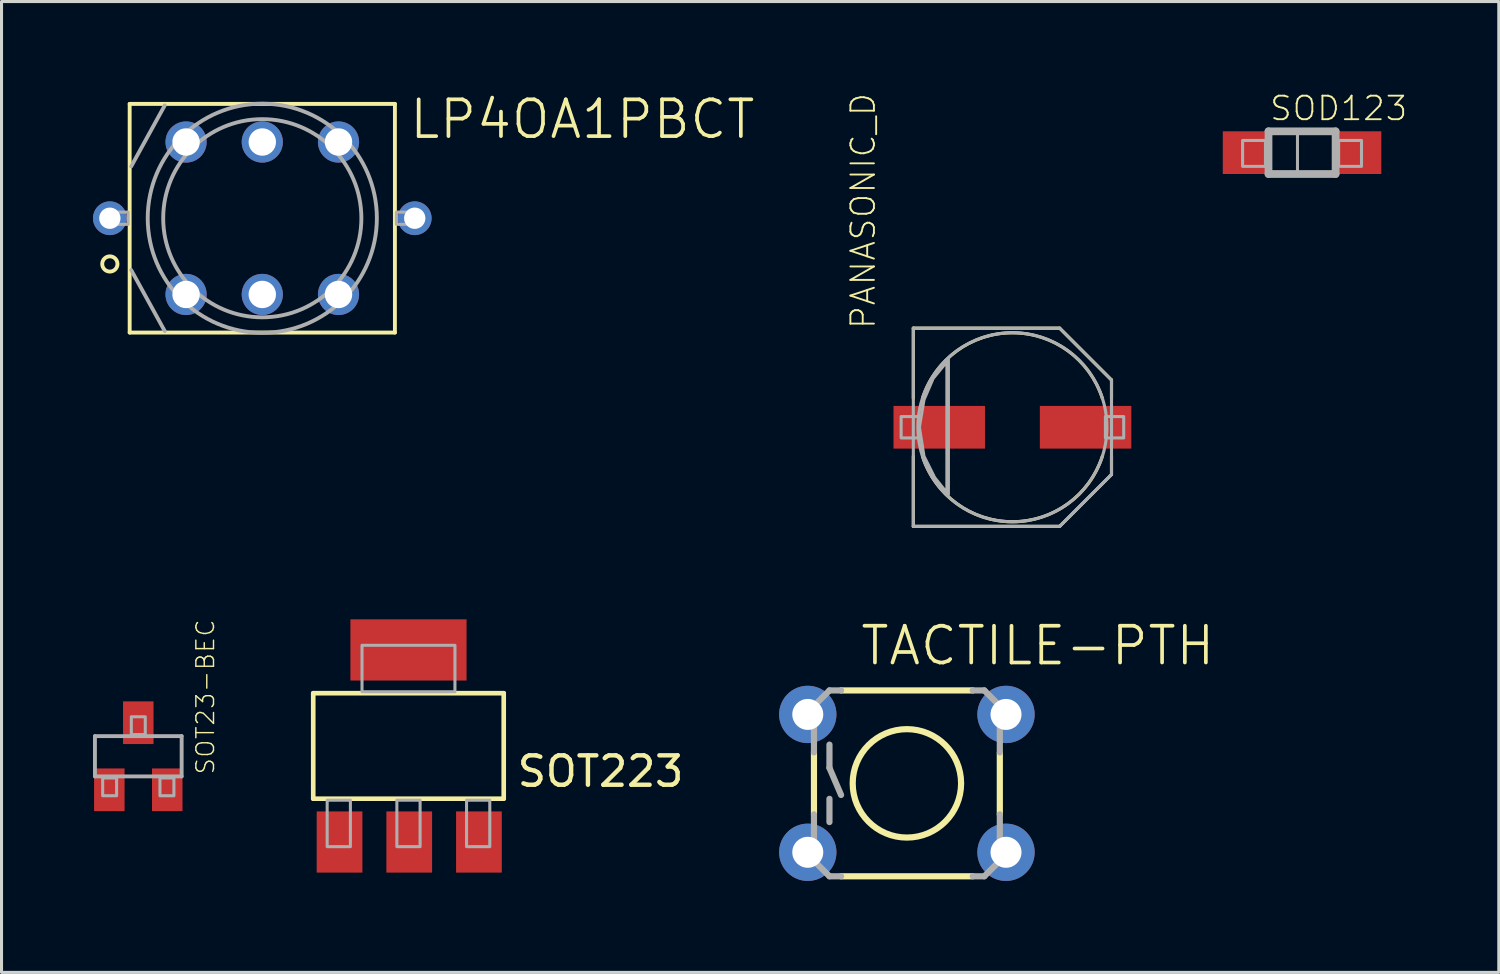
<source format=kicad_pcb>
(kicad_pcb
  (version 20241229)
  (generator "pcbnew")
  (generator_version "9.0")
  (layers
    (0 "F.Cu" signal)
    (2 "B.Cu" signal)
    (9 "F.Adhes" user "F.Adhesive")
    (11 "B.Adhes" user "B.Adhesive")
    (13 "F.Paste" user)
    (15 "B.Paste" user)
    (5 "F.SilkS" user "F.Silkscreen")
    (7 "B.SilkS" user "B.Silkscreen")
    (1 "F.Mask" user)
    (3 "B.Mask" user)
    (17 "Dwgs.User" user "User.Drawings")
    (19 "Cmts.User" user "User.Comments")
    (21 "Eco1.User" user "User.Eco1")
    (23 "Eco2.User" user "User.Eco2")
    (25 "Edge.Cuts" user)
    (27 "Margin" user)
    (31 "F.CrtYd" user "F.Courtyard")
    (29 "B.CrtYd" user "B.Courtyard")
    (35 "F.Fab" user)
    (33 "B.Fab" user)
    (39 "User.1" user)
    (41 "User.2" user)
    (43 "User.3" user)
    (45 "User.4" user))
  (footprint "SOT23-BEC"
    (layer "F.Cu")
    (at 1.486 21.755)
    (property "Reference" "SOT23-BEC" (at 2.54 0.635 90) (layer "F.SilkS") (effects (font (size 0.579 0.579) (thickness 0.046)) (justify left bottom)))
    (attr through_hole)
    (fp_line (start -1.422 -0.66) (end 1.422 -0.66) (stroke (width 0.127) (type solid)) (layer "F.Fab"))
    (fp_line (start -1.422 0.66) (end -1.422 -0.66) (stroke (width 0.127) (type solid)) (layer "F.Fab"))
    (fp_line (start 1.422 -0.66) (end 1.422 0.66) (stroke (width 0.127) (type solid)) (layer "F.Fab"))
    (fp_line (start 1.422 0.66) (end -1.422 0.66) (stroke (width 0.127) (type solid)) (layer "F.Fab"))
    (fp_poly (pts (xy -1.168 1.295) (xy -0.711 1.295) (xy -0.711 0.711) (xy -1.168 0.711)) (stroke (width 0.1) (type solid)) (fill no) (layer "F.Fab"))
    (fp_poly (pts (xy -0.229 -0.711) (xy 0.229 -0.711) (xy 0.229 -1.295) (xy -0.229 -1.295)) (stroke (width 0.1) (type solid)) (fill no) (layer "F.Fab"))
    (fp_poly (pts (xy 0.711 1.295) (xy 1.168 1.295) (xy 1.168 0.711) (xy 0.711 0.711)) (stroke (width 0.1) (type solid)) (fill no) (layer "F.Fab"))
    (pad "B" smd rect (at -0.95 1.1) (size 1 1.4) (layers "F.Cu" "F.Mask" "F.Paste"))
    (pad "C" smd rect (at 0 -1.1) (size 1 1.4) (layers "F.Cu" "F.Mask" "F.Paste"))
    (pad "E" smd rect (at 0.95 1.1) (size 1 1.4) (layers "F.Cu" "F.Mask" "F.Paste")))
  (footprint "TACTILE-PTH"
    (layer "F.Cu")
    (at 26.696 22.644)
    (property "Reference" "TACTILE-PTH" (at -1.587 -3.81 0) (layer "F.SilkS") (effects (font (size 1.206 1.206) (thickness 0.121)) (justify left bottom)))
    (attr through_hole)
    (fp_line (start -3.048 -1.028) (end -3.048 1.016) (stroke (width 0.203) (type solid)) (layer "F.SilkS"))
    (fp_line (start -2.159 3.048) (end 2.159 3.048) (stroke (width 0.203) (type solid)) (layer "F.SilkS"))
    (fp_line (start 2.159 -3.048) (end -2.159 -3.048) (stroke (width 0.203) (type solid)) (layer "F.SilkS"))
    (fp_line (start 3.048 -0.998) (end 3.048 1.016) (stroke (width 0.203) (type solid)) (layer "F.SilkS"))
    (fp_circle (center 0 0) (end 1.778 0) (stroke (width 0.203) (type solid)) (fill no) (layer "F.SilkS"))
    (fp_line (start -3.048 -2.54) (end -3.048 -1.016) (stroke (width 0.203) (type solid)) (layer "F.Fab"))
    (fp_line (start -3.048 2.54) (end -3.048 1.016) (stroke (width 0.203) (type solid)) (layer "F.Fab"))
    (fp_line (start -2.54 -3.048) (end -3.048 -2.54) (stroke (width 0.203) (type solid)) (layer "F.Fab"))
    (fp_line (start -2.54 -3.048) (end -2.159 -3.048) (stroke (width 0.203) (type solid)) (layer "F.Fab"))
    (fp_line (start -2.54 -1.27) (end -2.54 -0.508) (stroke (width 0.203) (type solid)) (layer "F.Fab"))
    (fp_line (start -2.54 -0.508) (end -2.159 0.381) (stroke (width 0.203) (type solid)) (layer "F.Fab"))
    (fp_line (start -2.54 0.508) (end -2.54 1.27) (stroke (width 0.203) (type solid)) (layer "F.Fab"))
    (fp_line (start -2.54 3.048) (end -3.048 2.54) (stroke (width 0.203) (type solid)) (layer "F.Fab"))
    (fp_line (start -2.54 3.048) (end -2.159 3.048) (stroke (width 0.203) (type solid)) (layer "F.Fab"))
    (fp_line (start 2.54 -3.048) (end 2.159 -3.048) (stroke (width 0.203) (type solid)) (layer "F.Fab"))
    (fp_line (start 2.54 3.048) (end 2.159 3.048) (stroke (width 0.203) (type solid)) (layer "F.Fab"))
    (fp_line (start 2.54 3.048) (end 3.048 2.54) (stroke (width 0.203) (type solid)) (layer "F.Fab"))
    (fp_line (start 3.048 -2.54) (end 2.54 -3.048) (stroke (width 0.203) (type solid)) (layer "F.Fab"))
    (fp_line (start 3.048 -1.016) (end 3.048 -2.54) (stroke (width 0.203) (type solid)) (layer "F.Fab"))
    (fp_line (start 3.048 2.54) (end 3.048 1.016) (stroke (width 0.203) (type solid)) (layer "F.Fab"))
    (pad "1" thru_hole circle (at -3.251 -2.261) (size 1.88 1.88) (drill 1.016) (layers "*.Cu" "*.Mask"))
    (pad "2" thru_hole circle (at 3.251 -2.261) (size 1.88 1.88) (drill 1.016) (layers "*.Cu" "*.Mask"))
    (pad "3" thru_hole circle (at -3.251 2.261) (size 1.88 1.88) (drill 1.016) (layers "*.Cu" "*.Mask"))
    (pad "4" thru_hole circle (at 3.251 2.261) (size 1.88 1.88) (drill 1.016) (layers "*.Cu" "*.Mask")))
  (footprint "LP4OA1PBCT"
    (layer "F.Cu")
    (at 5.553 4.108)
    (property "Reference" "LP4OA1PBCT" (at 4.763 -2.54 0) (layer "F.SilkS") (effects (font (size 1.206 1.206) (thickness 0.121)) (justify left bottom)))
    (attr through_hole)
    (fp_line (start -4.35 -3.75) (end 4.35 -3.75) (stroke (width 0.127) (type solid)) (layer "F.SilkS"))
    (fp_line (start -4.35 3.75) (end -4.35 -3.75) (stroke (width 0.127) (type solid)) (layer "F.SilkS"))
    (fp_line (start -4.35 3.75) (end 4.35 3.75) (stroke (width 0.127) (type solid)) (layer "F.SilkS"))
    (fp_line (start 4.35 3.75) (end 4.35 -3.75) (stroke (width 0.127) (type solid)) (layer "F.SilkS"))
    (fp_circle (center -5 1.5) (end -4.75 1.5) (stroke (width 0.127) (type solid)) (fill no) (layer "F.SilkS"))
    (fp_line (start -4.3 1.7) (end -3.2 3.7) (stroke (width 0.127) (type solid)) (layer "F.Fab"))
    (fp_line (start -3.2 -3.7) (end -4.3 -1.7) (stroke (width 0.127) (type solid)) (layer "F.Fab"))
    (fp_circle (center 0 0) (end 3.25 0) (stroke (width 0.127) (type solid)) (fill no) (layer "F.Fab"))
    (fp_circle (center 0 0) (end 3.758 0) (stroke (width 0.127) (type solid)) (fill no) (layer "F.Fab"))
    (fp_poly (pts (xy -5 0.2) (xy -4.4 0.2) (xy -4.4 -0.2) (xy -5 -0.2)) (stroke (width 0.1) (type solid)) (fill no) (layer "F.Fab"))
    (fp_poly (pts (xy 4.4 0.2) (xy 5 0.2) (xy 5 -0.2) (xy 4.4 -0.2)) (stroke (width 0.1) (type solid)) (fill no) (layer "F.Fab"))
    (pad "L1" thru_hole circle (at 5 0) (size 1.106 1.106) (drill 0.7) (layers "*.Cu" "*.Mask"))
    (pad "L2" thru_hole circle (at -5 0) (size 1.106 1.106) (drill 0.7) (layers "*.Cu" "*.Mask"))
    (pad "P1" thru_hole circle (at 2.5 -2.5) (size 1.35 1.35) (drill 0.9) (layers "*.Cu" "*.Mask"))
    (pad "P2" thru_hole circle (at 0 -2.5) (size 1.35 1.35) (drill 0.9) (layers "*.Cu" "*.Mask"))
    (pad "P3" thru_hole circle (at -2.5 -2.5) (size 1.35 1.35) (drill 0.9) (layers "*.Cu" "*.Mask"))
    (pad "P4" thru_hole circle (at 2.5 2.5) (size 1.35 1.35) (drill 0.9) (layers "*.Cu" "*.Mask"))
    (pad "P5" thru_hole circle (at 0 2.5) (size 1.35 1.35) (drill 0.9) (layers "*.Cu" "*.Mask"))
    (pad "P6" thru_hole circle (at -2.5 2.5) (size 1.35 1.35) (drill 0.9) (layers "*.Cu" "*.Mask")))
  (footprint "SOT223"
    (layer "F.Cu")
    (at 10.348 21.418)
    (property "Reference" "SOT223" (at 3.493 1.397 0) (layer "F.SilkS") (effects (font (size 0.965 0.965) (thickness 0.145)) (justify left bottom)))
    (attr through_hole)
    (fp_line (start -3.124 -1.731) (end -3.124 1.729) (stroke (width 0.152) (type solid)) (layer "F.SilkS"))
    (fp_line (start -3.124 -1.731) (end 3.124 -1.731) (stroke (width 0.152) (type solid)) (layer "F.SilkS"))
    (fp_line (start 3.124 1.729) (end -3.124 1.729) (stroke (width 0.152) (type solid)) (layer "F.SilkS"))
    (fp_line (start 3.124 1.729) (end 3.124 -1.731) (stroke (width 0.152) (type solid)) (layer "F.SilkS"))
    (fp_poly (pts (xy -2.667 3.302) (xy -1.905 3.302) (xy -1.905 1.778) (xy -2.667 1.778)) (stroke (width 0.1) (type solid)) (fill no) (layer "F.Fab"))
    (fp_poly (pts (xy -1.524 -1.778) (xy 1.524 -1.778) (xy 1.524 -3.302) (xy -1.524 -3.302)) (stroke (width 0.1) (type solid)) (fill no) (layer "F.Fab"))
    (fp_poly (pts (xy -0.381 3.302) (xy 0.381 3.302) (xy 0.381 1.778) (xy -0.381 1.778)) (stroke (width 0.1) (type solid)) (fill no) (layer "F.Fab"))
    (fp_poly (pts (xy 1.905 3.302) (xy 2.667 3.302) (xy 2.667 1.778) (xy 1.905 1.778)) (stroke (width 0.1) (type solid)) (fill no) (layer "F.Fab"))
    (pad "1" smd rect (at -2.261 3.15) (size 1.499 2.007) (layers "F.Cu" "F.Mask" "F.Paste"))
    (pad "2" smd rect (at 0.025 3.15) (size 1.499 2.007) (layers "F.Cu" "F.Mask" "F.Paste"))
    (pad "3" smd rect (at 2.311 3.15) (size 1.499 2.007) (layers "F.Cu" "F.Mask" "F.Paste"))
    (pad "4" smd rect (at 0 -3.15) (size 3.81 2.007) (layers "F.Cu" "F.Mask" "F.Paste")))
  (footprint "SOD123"
    (layer "F.Cu")
    (at 39.657 1.957)
    (property "Reference" "SOD123" (at -1.1 -1 0) (layer "F.SilkS") (effects (font (size 0.772 0.772) (thickness 0.062)) (justify left bottom)))
    (attr through_hole)
    (fp_line (start -1.1 -0.7) (end 1.1 -0.7) (stroke (width 0.254) (type solid)) (layer "F.Fab"))
    (fp_line (start -1.1 0.7) (end -1.1 -0.7) (stroke (width 0.254) (type solid)) (layer "F.Fab"))
    (fp_line (start 1.1 -0.7) (end 1.1 0.7) (stroke (width 0.254) (type solid)) (layer "F.Fab"))
    (fp_line (start 1.1 0.7) (end -1.1 0.7) (stroke (width 0.254) (type solid)) (layer "F.Fab"))
    (fp_poly (pts (xy -1.95 0.45) (xy -1.2 0.45) (xy -1.2 -0.4) (xy -1.95 -0.4)) (stroke (width 0.1) (type solid)) (fill no) (layer "F.Fab"))
    (fp_poly (pts (xy -1.05 0.65) (xy -0.15 0.65) (xy -0.15 -0.7) (xy -1.05 -0.7)) (stroke (width 0.1) (type solid)) (fill no) (layer "F.Fab"))
    (fp_poly (pts (xy 1.2 0.45) (xy 1.95 0.45) (xy 1.95 -0.4) (xy 1.2 -0.4)) (stroke (width 0.1) (type solid)) (fill no) (layer "F.Fab"))
    (pad "A" smd rect (at 1.9 0) (size 1.4 1.4) (layers "F.Cu" "F.Mask" "F.Paste"))
    (pad "C" smd rect (at -1.9 0) (size 1.4 1.4) (layers "F.Cu" "F.Mask" "F.Paste")))
  (footprint "PANASONIC_D"
    (layer "F.Cu")
    (at 30.157 10.964)
    (property "Reference" "PANASONIC_D" (at -4.445 -3.175 270) (layer "F.SilkS") (effects (font (size 0.772 0.772) (thickness 0.062)) (justify left bottom)))
    (attr through_hole)
    (fp_line (start -3.25 -3.25) (end 1.55 -3.25) (stroke (width 0.102) (type solid)) (layer "F.SilkS"))
    (fp_line (start -3.25 -0.95) (end -3.25 -3.25) (stroke (width 0.102) (type solid)) (layer "F.SilkS"))
    (fp_line (start -3.25 3.25) (end -3.25 0.95) (stroke (width 0.102) (type solid)) (layer "F.SilkS"))
    (fp_line (start 1.55 -3.25) (end 3.25 -1.55) (stroke (width 0.102) (type solid)) (layer "F.SilkS"))
    (fp_line (start 1.55 3.25) (end -3.25 3.25) (stroke (width 0.102) (type solid)) (layer "F.SilkS"))
    (fp_line (start 3.25 -1.55) (end 3.25 -0.95) (stroke (width 0.102) (type solid)) (layer "F.SilkS"))
    (fp_line (start 3.25 0.95) (end 3.25 1.55) (stroke (width 0.102) (type solid)) (layer "F.SilkS"))
    (fp_line (start 3.25 1.55) (end 1.55 3.25) (stroke (width 0.102) (type solid)) (layer "F.SilkS"))
    (fp_arc (start -2.95 -0.95) (mid 0 -3.099193) (end 2.95 -0.95) (stroke (width 0.1016) (type solid)) (layer "F.SilkS"))
    (fp_arc (start 2.95 0.95) (mid 0 3.099193) (end -2.95 0.95) (stroke (width 0.1016) (type solid)) (layer "F.SilkS"))
    (fp_line (start -3.25 -3.25) (end 1.55 -3.25) (stroke (width 0.102) (type solid)) (layer "F.Fab"))
    (fp_line (start -3.25 3.25) (end -3.25 -3.25) (stroke (width 0.102) (type solid)) (layer "F.Fab"))
    (fp_line (start -2.1 -2.25) (end -2.1 2.2) (stroke (width 0.102) (type solid)) (layer "F.Fab"))
    (fp_line (start 1.55 -3.25) (end 3.25 -1.55) (stroke (width 0.102) (type solid)) (layer "F.Fab"))
    (fp_line (start 1.55 3.25) (end -3.25 3.25) (stroke (width 0.102) (type solid)) (layer "F.Fab"))
    (fp_line (start 3.25 -1.55) (end 3.25 1.55) (stroke (width 0.102) (type solid)) (layer "F.Fab"))
    (fp_line (start 3.25 1.55) (end 1.55 3.25) (stroke (width 0.102) (type solid)) (layer "F.Fab"))
    (fp_circle (center 0 0) (end 3.1 0) (stroke (width 0.102) (type solid)) (fill no) (layer "F.Fab"))
    (fp_poly (pts (xy -3.65 0.35) (xy -3.05 0.35) (xy -3.05 -0.35) (xy -3.65 -0.35)) (stroke (width 0.1) (type solid)) (fill no) (layer "F.Fab"))
    (fp_poly (pts (xy 3.05 0.35) (xy 3.65 0.35) (xy 3.65 -0.35) (xy 3.05 -0.35)) (stroke (width 0.1) (type solid)) (fill no) (layer "F.Fab"))
    (fp_poly (pts (xy -2.15 -2.15) (xy -2.6 -1.6) (xy -2.9 -0.9) (xy -3.05 0) (xy -2.9 0.95) (xy -2.55 1.65) (xy -2.15 2.15) (xy -2.15 -2.1)) (stroke (width 0.1) (type solid)) (fill no) (layer "F.Fab"))
    (pad "+" smd rect (at 2.4 0) (size 3 1.4) (layers "F.Cu" "F.Mask" "F.Paste"))
    (pad "-" smd rect (at -2.4 0) (size 3 1.4) (layers "F.Cu" "F.Mask" "F.Paste")))
  (gr_rect
    (start -3 -3)
    (end 46.11 28.844)
    (stroke (width 0.1) (type default))
    (fill no)
    (layer "Edge.Cuts")))
</source>
